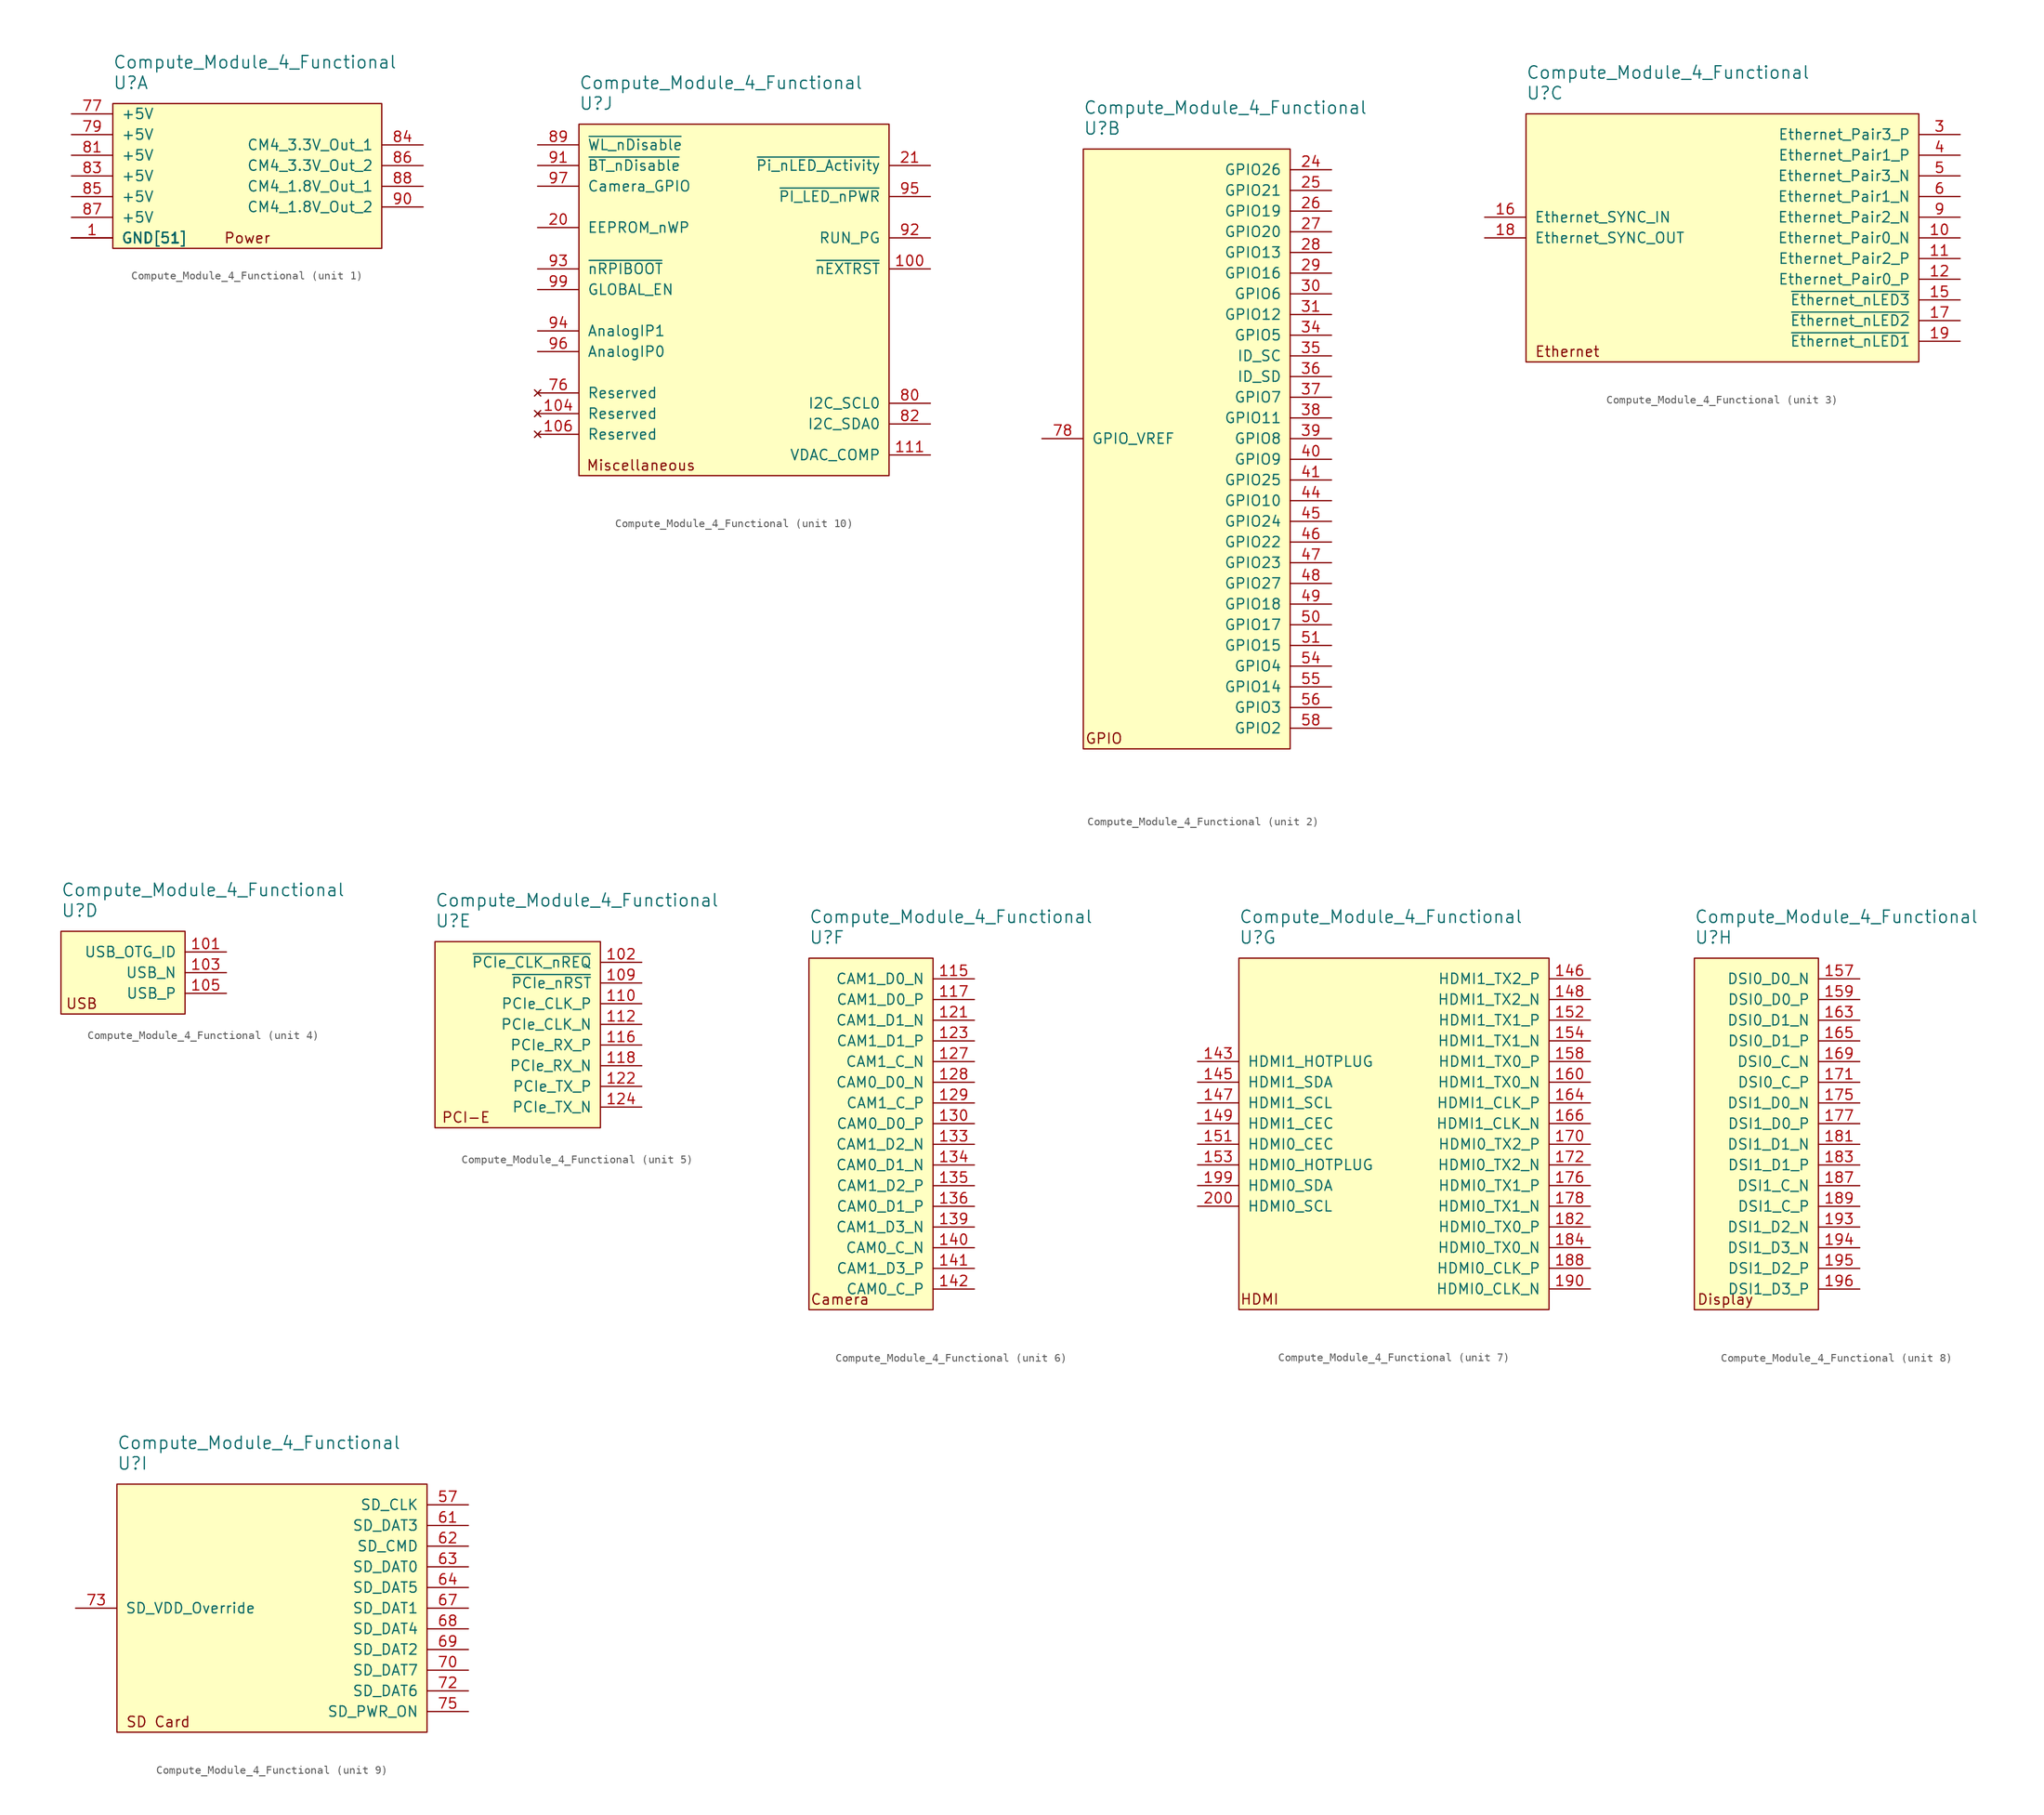
<source format=kicad_sym>
(kicad_symbol_lib
  (version 20201005)
  (generator kicad_symbol_editor)
  (symbol "Compute_Module_4_Functional"
    (pin_names
      (offset 1.016))
    (property "Reference" "U"
      (at 5.08 5.08 0)
      (effects (font (size 1.524 1.524)) (justify left)))
    (property "Value" "Compute_Module_4_Functional"
      (at 5.08 7.62 0)
      (effects (font (size 1.524 1.524)) (justify left)))
    (property "ki_locked" ""
      (at 0 0 0)
      (effects (font (size 1.27 1.27))))
    (symbol "Compute_Module_4_Functional_1_0"
      (text "Power" (at 21.59 -13.97 0) (effects (font (size 1.27 1.27)))))
    (symbol "Compute_Module_4_Functional_1_1"
      (rectangle (start 5.08 2.54) (end 38.1 -15.24) (stroke (width 0)) (fill (type background)))
      (pin power_in line (at 0 -13.97 0) (length 5.08) (name "GND[51]" (effects (font (size 1.27 1.27)))) (number "1" (effects (font (size 1.27 1.27)))))
      (pin power_in line (at 0 -13.97 0) (length 5.08) (name "GND[51]" (effects (font (size 1.27 1.27)))) (number "107" (effects (font (size 0 0)))))
      (pin power_in line (at 0 -13.97 0) (length 5.08) (name "GND[51]" (effects (font (size 1.27 1.27)))) (number "108" (effects (font (size 0 0)))))
      (pin power_in line (at 0 -13.97 0) (length 5.08) (name "GND[51]" (effects (font (size 1.27 1.27)))) (number "113" (effects (font (size 0 0)))))
      (pin power_in line (at 0 -13.97 0) (length 5.08) (name "GND[51]" (effects (font (size 1.27 1.27)))) (number "114" (effects (font (size 0 0)))))
      (pin power_in line (at 0 -13.97 0) (length 5.08) (name "GND[51]" (effects (font (size 1.27 1.27)))) (number "119" (effects (font (size 0 0)))))
      (pin power_in line (at 0 -13.97 0) (length 5.08) (name "GND[51]" (effects (font (size 1.27 1.27)))) (number "120" (effects (font (size 0 0)))))
      (pin power_in line (at 0 -13.97 0) (length 5.08) (name "GND[51]" (effects (font (size 1.27 1.27)))) (number "125" (effects (font (size 0 0)))))
      (pin power_in line (at 0 -13.97 0) (length 5.08) (name "GND[51]" (effects (font (size 1.27 1.27)))) (number "126" (effects (font (size 0 0)))))
      (pin power_in line (at 0 -13.97 0) (length 5.08) (name "GND[51]" (effects (font (size 1.27 1.27)))) (number "13" (effects (font (size 0 0)))))
      (pin power_in line (at 0 -13.97 0) (length 5.08) (name "GND[51]" (effects (font (size 1.27 1.27)))) (number "131" (effects (font (size 0 0)))))
      (pin power_in line (at 0 -13.97 0) (length 5.08) (name "GND[51]" (effects (font (size 1.27 1.27)))) (number "132" (effects (font (size 0 0)))))
      (pin power_in line (at 0 -13.97 0) (length 5.08) (name "GND[51]" (effects (font (size 1.27 1.27)))) (number "137" (effects (font (size 0 0)))))
      (pin power_in line (at 0 -13.97 0) (length 5.08) (name "GND[51]" (effects (font (size 1.27 1.27)))) (number "138" (effects (font (size 0 0)))))
      (pin power_in line (at 0 -13.97 0) (length 5.08) (name "GND[51]" (effects (font (size 1.27 1.27)))) (number "14" (effects (font (size 0 0)))))
      (pin power_in line (at 0 -13.97 0) (length 5.08) (name "GND[51]" (effects (font (size 1.27 1.27)))) (number "144" (effects (font (size 0 0)))))
      (pin power_in line (at 0 -13.97 0) (length 5.08) (name "GND[51]" (effects (font (size 1.27 1.27)))) (number "150" (effects (font (size 0 0)))))
      (pin power_in line (at 0 -13.97 0) (length 5.08) (name "GND[51]" (effects (font (size 1.27 1.27)))) (number "155" (effects (font (size 0 0)))))
      (pin power_in line (at 0 -13.97 0) (length 5.08) (name "GND[51]" (effects (font (size 1.27 1.27)))) (number "156" (effects (font (size 0 0)))))
      (pin power_in line (at 0 -13.97 0) (length 5.08) (name "GND[51]" (effects (font (size 1.27 1.27)))) (number "161" (effects (font (size 0 0)))))
      (pin power_in line (at 0 -13.97 0) (length 5.08) (name "GND[51]" (effects (font (size 1.27 1.27)))) (number "162" (effects (font (size 0 0)))))
      (pin power_in line (at 0 -13.97 0) (length 5.08) (name "GND[51]" (effects (font (size 1.27 1.27)))) (number "167" (effects (font (size 0 0)))))
      (pin power_in line (at 0 -13.97 0) (length 5.08) (name "GND[51]" (effects (font (size 1.27 1.27)))) (number "168" (effects (font (size 0 0)))))
      (pin power_in line (at 0 -13.97 0) (length 5.08) (name "GND[51]" (effects (font (size 1.27 1.27)))) (number "173" (effects (font (size 0 0)))))
      (pin power_in line (at 0 -13.97 0) (length 5.08) (name "GND[51]" (effects (font (size 1.27 1.27)))) (number "174" (effects (font (size 0 0)))))
      (pin power_in line (at 0 -13.97 0) (length 5.08) (name "GND[51]" (effects (font (size 1.27 1.27)))) (number "179" (effects (font (size 0 0)))))
      (pin power_in line (at 0 -13.97 0) (length 5.08) (name "GND[51]" (effects (font (size 1.27 1.27)))) (number "180" (effects (font (size 0 0)))))
      (pin power_in line (at 0 -13.97 0) (length 5.08) (name "GND[51]" (effects (font (size 1.27 1.27)))) (number "185" (effects (font (size 0 0)))))
      (pin power_in line (at 0 -13.97 0) (length 5.08) (name "GND[51]" (effects (font (size 1.27 1.27)))) (number "186" (effects (font (size 0 0)))))
      (pin power_in line (at 0 -13.97 0) (length 5.08) (name "GND[51]" (effects (font (size 1.27 1.27)))) (number "191" (effects (font (size 0 0)))))
      (pin power_in line (at 0 -13.97 0) (length 5.08) (name "GND[51]" (effects (font (size 1.27 1.27)))) (number "192" (effects (font (size 0 0)))))
      (pin power_in line (at 0 -13.97 0) (length 5.08) (name "GND[51]" (effects (font (size 1.27 1.27)))) (number "197" (effects (font (size 0 0)))))
      (pin power_in line (at 0 -13.97 0) (length 5.08) (name "GND[51]" (effects (font (size 1.27 1.27)))) (number "198" (effects (font (size 0 0)))))
      (pin power_in line (at 0 -13.97 0) (length 5.08) (name "GND[51]" (effects (font (size 1.27 1.27)))) (number "2" (effects (font (size 0 0)))))
      (pin power_in line (at 0 -13.97 0) (length 5.08) (name "GND[51]" (effects (font (size 1.27 1.27)))) (number "22" (effects (font (size 0 0)))))
      (pin power_in line (at 0 -13.97 0) (length 5.08) (name "GND[51]" (effects (font (size 1.27 1.27)))) (number "23" (effects (font (size 0 0)))))
      (pin power_in line (at 0 -13.97 0) (length 5.08) (name "GND[51]" (effects (font (size 1.27 1.27)))) (number "32" (effects (font (size 0 0)))))
      (pin power_in line (at 0 -13.97 0) (length 5.08) (name "GND[51]" (effects (font (size 1.27 1.27)))) (number "33" (effects (font (size 0 0)))))
      (pin power_in line (at 0 -13.97 0) (length 5.08) (name "GND[51]" (effects (font (size 1.27 1.27)))) (number "42" (effects (font (size 0 0)))))
      (pin power_in line (at 0 -13.97 0) (length 5.08) (name "GND[51]" (effects (font (size 1.27 1.27)))) (number "43" (effects (font (size 0 0)))))
      (pin power_in line (at 0 -13.97 0) (length 5.08) (name "GND[51]" (effects (font (size 1.27 1.27)))) (number "52" (effects (font (size 0 0)))))
      (pin power_in line (at 0 -13.97 0) (length 5.08) (name "GND[51]" (effects (font (size 1.27 1.27)))) (number "53" (effects (font (size 0 0)))))
      (pin power_in line (at 0 -13.97 0) (length 5.08) (name "GND[51]" (effects (font (size 1.27 1.27)))) (number "59" (effects (font (size 0 0)))))
      (pin power_in line (at 0 -13.97 0) (length 5.08) (name "GND[51]" (effects (font (size 1.27 1.27)))) (number "60" (effects (font (size 0 0)))))
      (pin power_in line (at 0 -13.97 0) (length 5.08) (name "GND[51]" (effects (font (size 1.27 1.27)))) (number "65" (effects (font (size 0 0)))))
      (pin power_in line (at 0 -13.97 0) (length 5.08) (name "GND[51]" (effects (font (size 1.27 1.27)))) (number "66" (effects (font (size 0 0)))))
      (pin power_in line (at 0 -13.97 0) (length 5.08) (name "GND[51]" (effects (font (size 1.27 1.27)))) (number "7" (effects (font (size 0 0)))))
      (pin power_in line (at 0 -13.97 0) (length 5.08) (name "GND[51]" (effects (font (size 1.27 1.27)))) (number "71" (effects (font (size 0 0)))))
      (pin power_in line (at 0 -13.97 0) (length 5.08) (name "GND[51]" (effects (font (size 1.27 1.27)))) (number "74" (effects (font (size 0 0)))))
      (pin power_in line (at 0 1.27 0) (length 5.08) (name "+5V" (effects (font (size 1.27 1.27)))) (number "77" (effects (font (size 1.27 1.27)))))
      (pin power_in line (at 0 -1.27 0) (length 5.08) (name "+5V" (effects (font (size 1.27 1.27)))) (number "79" (effects (font (size 1.27 1.27)))))
      (pin power_in line (at 0 -13.97 0) (length 5.08) (name "GND[51]" (effects (font (size 1.27 1.27)))) (number "8" (effects (font (size 0 0)))))
      (pin power_in line (at 0 -3.81 0) (length 5.08) (name "+5V" (effects (font (size 1.27 1.27)))) (number "81" (effects (font (size 1.27 1.27)))))
      (pin power_in line (at 0 -6.35 0) (length 5.08) (name "+5V" (effects (font (size 1.27 1.27)))) (number "83" (effects (font (size 1.27 1.27)))))
      (pin power_out line (at 43.18 -2.54 180) (length 5.08) (name "CM4_3.3V_Out_1" (effects (font (size 1.27 1.27)))) (number "84" (effects (font (size 1.27 1.27)))))
      (pin power_in line (at 0 -8.89 0) (length 5.08) (name "+5V" (effects (font (size 1.27 1.27)))) (number "85" (effects (font (size 1.27 1.27)))))
      (pin power_out line (at 43.18 -5.08 180) (length 5.08) (name "CM4_3.3V_Out_2" (effects (font (size 1.27 1.27)))) (number "86" (effects (font (size 1.27 1.27)))))
      (pin power_in line (at 0 -11.43 0) (length 5.08) (name "+5V" (effects (font (size 1.27 1.27)))) (number "87" (effects (font (size 1.27 1.27)))))
      (pin power_out line (at 43.18 -7.62 180) (length 5.08) (name "CM4_1.8V_Out_1" (effects (font (size 1.27 1.27)))) (number "88" (effects (font (size 1.27 1.27)))))
      (pin power_out line (at 43.18 -10.16 180) (length 5.08) (name "CM4_1.8V_Out_2" (effects (font (size 1.27 1.27)))) (number "90" (effects (font (size 1.27 1.27)))))
      (pin power_in line (at 0 -13.97 0) (length 5.08) (name "GND[51]" (effects (font (size 1.27 1.27)))) (number "98" (effects (font (size 0 0))))))
    (symbol "Compute_Module_4_Functional_2_0"
      (text "GPIO" (at 7.62 -69.85 0) (effects (font (size 1.27 1.27)))))
    (symbol "Compute_Module_4_Functional_2_1"
      (rectangle (start 5.08 2.54) (end 30.48 -71.12) (stroke (width 0)) (fill (type background)))
      (pin passive line (at 35.56 0 180) (length 5.08) (name "GPIO26" (effects (font (size 1.27 1.27)))) (number "24" (effects (font (size 1.27 1.27)))))
      (pin passive line (at 35.56 -2.54 180) (length 5.08) (name "GPIO21" (effects (font (size 1.27 1.27)))) (number "25" (effects (font (size 1.27 1.27)))))
      (pin passive line (at 35.56 -5.08 180) (length 5.08) (name "GPIO19" (effects (font (size 1.27 1.27)))) (number "26" (effects (font (size 1.27 1.27)))))
      (pin passive line (at 35.56 -7.62 180) (length 5.08) (name "GPIO20" (effects (font (size 1.27 1.27)))) (number "27" (effects (font (size 1.27 1.27)))))
      (pin passive line (at 35.56 -10.16 180) (length 5.08) (name "GPIO13" (effects (font (size 1.27 1.27)))) (number "28" (effects (font (size 1.27 1.27)))))
      (pin passive line (at 35.56 -12.7 180) (length 5.08) (name "GPIO16" (effects (font (size 1.27 1.27)))) (number "29" (effects (font (size 1.27 1.27)))))
      (pin passive line (at 35.56 -15.24 180) (length 5.08) (name "GPIO6" (effects (font (size 1.27 1.27)))) (number "30" (effects (font (size 1.27 1.27)))))
      (pin passive line (at 35.56 -17.78 180) (length 5.08) (name "GPIO12" (effects (font (size 1.27 1.27)))) (number "31" (effects (font (size 1.27 1.27)))))
      (pin passive line (at 35.56 -20.32 180) (length 5.08) (name "GPIO5" (effects (font (size 1.27 1.27)))) (number "34" (effects (font (size 1.27 1.27)))))
      (pin passive line (at 35.56 -22.86 180) (length 5.08) (name "ID_SC" (effects (font (size 1.27 1.27)))) (number "35" (effects (font (size 1.27 1.27)))))
      (pin passive line (at 35.56 -25.4 180) (length 5.08) (name "ID_SD" (effects (font (size 1.27 1.27)))) (number "36" (effects (font (size 1.27 1.27)))))
      (pin passive line (at 35.56 -27.94 180) (length 5.08) (name "GPIO7" (effects (font (size 1.27 1.27)))) (number "37" (effects (font (size 1.27 1.27)))))
      (pin passive line (at 35.56 -30.48 180) (length 5.08) (name "GPIO11" (effects (font (size 1.27 1.27)))) (number "38" (effects (font (size 1.27 1.27)))))
      (pin passive line (at 35.56 -33.02 180) (length 5.08) (name "GPIO8" (effects (font (size 1.27 1.27)))) (number "39" (effects (font (size 1.27 1.27)))))
      (pin passive line (at 35.56 -35.56 180) (length 5.08) (name "GPIO9" (effects (font (size 1.27 1.27)))) (number "40" (effects (font (size 1.27 1.27)))))
      (pin passive line (at 35.56 -38.1 180) (length 5.08) (name "GPIO25" (effects (font (size 1.27 1.27)))) (number "41" (effects (font (size 1.27 1.27)))))
      (pin passive line (at 35.56 -40.64 180) (length 5.08) (name "GPIO10" (effects (font (size 1.27 1.27)))) (number "44" (effects (font (size 1.27 1.27)))))
      (pin passive line (at 35.56 -43.18 180) (length 5.08) (name "GPIO24" (effects (font (size 1.27 1.27)))) (number "45" (effects (font (size 1.27 1.27)))))
      (pin passive line (at 35.56 -45.72 180) (length 5.08) (name "GPIO22" (effects (font (size 1.27 1.27)))) (number "46" (effects (font (size 1.27 1.27)))))
      (pin passive line (at 35.56 -48.26 180) (length 5.08) (name "GPIO23" (effects (font (size 1.27 1.27)))) (number "47" (effects (font (size 1.27 1.27)))))
      (pin passive line (at 35.56 -50.8 180) (length 5.08) (name "GPIO27" (effects (font (size 1.27 1.27)))) (number "48" (effects (font (size 1.27 1.27)))))
      (pin passive line (at 35.56 -53.34 180) (length 5.08) (name "GPIO18" (effects (font (size 1.27 1.27)))) (number "49" (effects (font (size 1.27 1.27)))))
      (pin passive line (at 35.56 -55.88 180) (length 5.08) (name "GPIO17" (effects (font (size 1.27 1.27)))) (number "50" (effects (font (size 1.27 1.27)))))
      (pin passive line (at 35.56 -58.42 180) (length 5.08) (name "GPIO15" (effects (font (size 1.27 1.27)))) (number "51" (effects (font (size 1.27 1.27)))))
      (pin passive line (at 35.56 -60.96 180) (length 5.08) (name "GPIO4" (effects (font (size 1.27 1.27)))) (number "54" (effects (font (size 1.27 1.27)))))
      (pin passive line (at 35.56 -63.5 180) (length 5.08) (name "GPIO14" (effects (font (size 1.27 1.27)))) (number "55" (effects (font (size 1.27 1.27)))))
      (pin passive line (at 35.56 -66.04 180) (length 5.08) (name "GPIO3" (effects (font (size 1.27 1.27)))) (number "56" (effects (font (size 1.27 1.27)))))
      (pin passive line (at 35.56 -68.58 180) (length 5.08) (name "GPIO2" (effects (font (size 1.27 1.27)))) (number "58" (effects (font (size 1.27 1.27)))))
      (pin power_in line (at 0 -33.02 0) (length 5.08) (name "GPIO_VREF" (effects (font (size 1.27 1.27)))) (number "78" (effects (font (size 1.27 1.27))))))
    (symbol "Compute_Module_4_Functional_3_0"
      (text "Ethernet" (at 10.16 -26.67 0) (effects (font (size 1.27 1.27)))))
    (symbol "Compute_Module_4_Functional_3_1"
      (rectangle (start 5.08 2.54) (end 53.34 -27.94) (stroke (width 0)) (fill (type background)))
      (pin passive line (at 58.42 -12.7 180) (length 5.08) (name "Ethernet_Pair0_N" (effects (font (size 1.27 1.27)))) (number "10" (effects (font (size 1.27 1.27)))))
      (pin passive line (at 58.42 -15.24 180) (length 5.08) (name "Ethernet_Pair2_P" (effects (font (size 1.27 1.27)))) (number "11" (effects (font (size 1.27 1.27)))))
      (pin passive line (at 58.42 -17.78 180) (length 5.08) (name "Ethernet_Pair0_P" (effects (font (size 1.27 1.27)))) (number "12" (effects (font (size 1.27 1.27)))))
      (pin output line (at 58.42 -20.32 180) (length 5.08) (name "~Ethernet_nLED3" (effects (font (size 1.27 1.27)))) (number "15" (effects (font (size 1.27 1.27)))))
      (pin input line (at 0 -10.16 0) (length 5.08) (name "Ethernet_SYNC_IN" (effects (font (size 1.27 1.27)))) (number "16" (effects (font (size 1.27 1.27)))))
      (pin output line (at 58.42 -22.86 180) (length 5.08) (name "~Ethernet_nLED2" (effects (font (size 1.27 1.27)))) (number "17" (effects (font (size 1.27 1.27)))))
      (pin input line (at 0 -12.7 0) (length 5.08) (name "Ethernet_SYNC_OUT" (effects (font (size 1.27 1.27)))) (number "18" (effects (font (size 1.27 1.27)))))
      (pin output line (at 58.42 -25.4 180) (length 5.08) (name "~Ethernet_nLED1" (effects (font (size 1.27 1.27)))) (number "19" (effects (font (size 1.27 1.27)))))
      (pin passive line (at 58.42 0 180) (length 5.08) (name "Ethernet_Pair3_P" (effects (font (size 1.27 1.27)))) (number "3" (effects (font (size 1.27 1.27)))))
      (pin passive line (at 58.42 -2.54 180) (length 5.08) (name "Ethernet_Pair1_P" (effects (font (size 1.27 1.27)))) (number "4" (effects (font (size 1.27 1.27)))))
      (pin passive line (at 58.42 -5.08 180) (length 5.08) (name "Ethernet_Pair3_N" (effects (font (size 1.27 1.27)))) (number "5" (effects (font (size 1.27 1.27)))))
      (pin passive line (at 58.42 -7.62 180) (length 5.08) (name "Ethernet_Pair1_N" (effects (font (size 1.27 1.27)))) (number "6" (effects (font (size 1.27 1.27)))))
      (pin passive line (at 58.42 -10.16 180) (length 5.08) (name "Ethernet_Pair2_N" (effects (font (size 1.27 1.27)))) (number "9" (effects (font (size 1.27 1.27))))))
    (symbol "Compute_Module_4_Functional_4_0"
      (text "USB" (at 7.62 -6.35 0) (effects (font (size 1.27 1.27)))))
    (symbol "Compute_Module_4_Functional_4_1"
      (rectangle (start 5.08 2.54) (end 20.32 -7.62) (stroke (width 0)) (fill (type background)))
      (pin input line (at 25.4 0 180) (length 5.08) (name "USB_OTG_ID" (effects (font (size 1.27 1.27)))) (number "101" (effects (font (size 1.27 1.27)))))
      (pin passive line (at 25.4 -2.54 180) (length 5.08) (name "USB_N" (effects (font (size 1.27 1.27)))) (number "103" (effects (font (size 1.27 1.27)))))
      (pin passive line (at 25.4 -5.08 180) (length 5.08) (name "USB_P" (effects (font (size 1.27 1.27)))) (number "105" (effects (font (size 1.27 1.27))))))
    (symbol "Compute_Module_4_Functional_5_0"
      (text "PCI-E" (at 8.89 -19.05 0) (effects (font (size 1.27 1.27)))))
    (symbol "Compute_Module_4_Functional_5_1"
      (rectangle (start 5.08 2.54) (end 25.4 -20.32) (stroke (width 0)) (fill (type background)))
      (pin input line (at 30.48 0 180) (length 5.08) (name "~PCIe_CLK_nREQ" (effects (font (size 1.27 1.27)))) (number "102" (effects (font (size 1.27 1.27)))))
      (pin output line (at 30.48 -2.54 180) (length 5.08) (name "~PCIe_nRST" (effects (font (size 1.27 1.27)))) (number "109" (effects (font (size 1.27 1.27)))))
      (pin output line (at 30.48 -5.08 180) (length 5.08) (name "PCIe_CLK_P" (effects (font (size 1.27 1.27)))) (number "110" (effects (font (size 1.27 1.27)))))
      (pin output line (at 30.48 -7.62 180) (length 5.08) (name "PCIe_CLK_N" (effects (font (size 1.27 1.27)))) (number "112" (effects (font (size 1.27 1.27)))))
      (pin input line (at 30.48 -10.16 180) (length 5.08) (name "PCIe_RX_P" (effects (font (size 1.27 1.27)))) (number "116" (effects (font (size 1.27 1.27)))))
      (pin input line (at 30.48 -12.7 180) (length 5.08) (name "PCIe_RX_N" (effects (font (size 1.27 1.27)))) (number "118" (effects (font (size 1.27 1.27)))))
      (pin output line (at 30.48 -15.24 180) (length 5.08) (name "PCIe_TX_P" (effects (font (size 1.27 1.27)))) (number "122" (effects (font (size 1.27 1.27)))))
      (pin output line (at 30.48 -17.78 180) (length 5.08) (name "PCIe_TX_N" (effects (font (size 1.27 1.27)))) (number "124" (effects (font (size 1.27 1.27))))))
    (symbol "Compute_Module_4_Functional_6_0"
      (text "Camera" (at 8.89 -39.37 0) (effects (font (size 1.27 1.27)))))
    (symbol "Compute_Module_4_Functional_6_1"
      (rectangle (start 5.08 2.54) (end 20.32 -40.64) (stroke (width 0)) (fill (type background)))
      (pin input line (at 25.4 0 180) (length 5.08) (name "CAM1_D0_N" (effects (font (size 1.27 1.27)))) (number "115" (effects (font (size 1.27 1.27)))))
      (pin input line (at 25.4 -2.54 180) (length 5.08) (name "CAM1_D0_P" (effects (font (size 1.27 1.27)))) (number "117" (effects (font (size 1.27 1.27)))))
      (pin input line (at 25.4 -5.08 180) (length 5.08) (name "CAM1_D1_N" (effects (font (size 1.27 1.27)))) (number "121" (effects (font (size 1.27 1.27)))))
      (pin input line (at 25.4 -7.62 180) (length 5.08) (name "CAM1_D1_P" (effects (font (size 1.27 1.27)))) (number "123" (effects (font (size 1.27 1.27)))))
      (pin input line (at 25.4 -10.16 180) (length 5.08) (name "CAM1_C_N" (effects (font (size 1.27 1.27)))) (number "127" (effects (font (size 1.27 1.27)))))
      (pin input line (at 25.4 -12.7 180) (length 5.08) (name "CAM0_D0_N" (effects (font (size 1.27 1.27)))) (number "128" (effects (font (size 1.27 1.27)))))
      (pin input line (at 25.4 -15.24 180) (length 5.08) (name "CAM1_C_P" (effects (font (size 1.27 1.27)))) (number "129" (effects (font (size 1.27 1.27)))))
      (pin input line (at 25.4 -17.78 180) (length 5.08) (name "CAM0_D0_P" (effects (font (size 1.27 1.27)))) (number "130" (effects (font (size 1.27 1.27)))))
      (pin input line (at 25.4 -20.32 180) (length 5.08) (name "CAM1_D2_N" (effects (font (size 1.27 1.27)))) (number "133" (effects (font (size 1.27 1.27)))))
      (pin input line (at 25.4 -22.86 180) (length 5.08) (name "CAM0_D1_N" (effects (font (size 1.27 1.27)))) (number "134" (effects (font (size 1.27 1.27)))))
      (pin input line (at 25.4 -25.4 180) (length 5.08) (name "CAM1_D2_P" (effects (font (size 1.27 1.27)))) (number "135" (effects (font (size 1.27 1.27)))))
      (pin input line (at 25.4 -27.94 180) (length 5.08) (name "CAM0_D1_P" (effects (font (size 1.27 1.27)))) (number "136" (effects (font (size 1.27 1.27)))))
      (pin input line (at 25.4 -30.48 180) (length 5.08) (name "CAM1_D3_N" (effects (font (size 1.27 1.27)))) (number "139" (effects (font (size 1.27 1.27)))))
      (pin input line (at 25.4 -33.02 180) (length 5.08) (name "CAM0_C_N" (effects (font (size 1.27 1.27)))) (number "140" (effects (font (size 1.27 1.27)))))
      (pin input line (at 25.4 -35.56 180) (length 5.08) (name "CAM1_D3_P" (effects (font (size 1.27 1.27)))) (number "141" (effects (font (size 1.27 1.27)))))
      (pin input line (at 25.4 -38.1 180) (length 5.08) (name "CAM0_C_P" (effects (font (size 1.27 1.27)))) (number "142" (effects (font (size 1.27 1.27))))))
    (symbol "Compute_Module_4_Functional_7_0"
      (text "HDMI" (at 7.62 -39.37 0) (effects (font (size 1.27 1.27)))))
    (symbol "Compute_Module_4_Functional_7_1"
      (rectangle (start 5.08 2.54) (end 43.18 -40.64) (stroke (width 0)) (fill (type background)))
      (pin input line (at 0 -10.16 0) (length 5.08) (name "HDMI1_HOTPLUG" (effects (font (size 1.27 1.27)))) (number "143" (effects (font (size 1.27 1.27)))))
      (pin bidirectional line (at 0 -12.7 0) (length 5.08) (name "HDMI1_SDA" (effects (font (size 1.27 1.27)))) (number "145" (effects (font (size 1.27 1.27)))))
      (pin output line (at 48.26 0 180) (length 5.08) (name "HDMI1_TX2_P" (effects (font (size 1.27 1.27)))) (number "146" (effects (font (size 1.27 1.27)))))
      (pin open_collector line (at 0 -15.24 0) (length 5.08) (name "HDMI1_SCL" (effects (font (size 1.27 1.27)))) (number "147" (effects (font (size 1.27 1.27)))))
      (pin output line (at 48.26 -2.54 180) (length 5.08) (name "HDMI1_TX2_N" (effects (font (size 1.27 1.27)))) (number "148" (effects (font (size 1.27 1.27)))))
      (pin open_collector line (at 0 -17.78 0) (length 5.08) (name "HDMI1_CEC" (effects (font (size 1.27 1.27)))) (number "149" (effects (font (size 1.27 1.27)))))
      (pin open_collector line (at 0 -20.32 0) (length 5.08) (name "HDMI0_CEC" (effects (font (size 1.27 1.27)))) (number "151" (effects (font (size 1.27 1.27)))))
      (pin output line (at 48.26 -5.08 180) (length 5.08) (name "HDMI1_TX1_P" (effects (font (size 1.27 1.27)))) (number "152" (effects (font (size 1.27 1.27)))))
      (pin input line (at 0 -22.86 0) (length 5.08) (name "HDMI0_HOTPLUG" (effects (font (size 1.27 1.27)))) (number "153" (effects (font (size 1.27 1.27)))))
      (pin output line (at 48.26 -7.62 180) (length 5.08) (name "HDMI1_TX1_N" (effects (font (size 1.27 1.27)))) (number "154" (effects (font (size 1.27 1.27)))))
      (pin output line (at 48.26 -10.16 180) (length 5.08) (name "HDMI1_TX0_P" (effects (font (size 1.27 1.27)))) (number "158" (effects (font (size 1.27 1.27)))))
      (pin output line (at 48.26 -12.7 180) (length 5.08) (name "HDMI1_TX0_N" (effects (font (size 1.27 1.27)))) (number "160" (effects (font (size 1.27 1.27)))))
      (pin output line (at 48.26 -15.24 180) (length 5.08) (name "HDMI1_CLK_P" (effects (font (size 1.27 1.27)))) (number "164" (effects (font (size 1.27 1.27)))))
      (pin output line (at 48.26 -17.78 180) (length 5.08) (name "HDMI1_CLK_N" (effects (font (size 1.27 1.27)))) (number "166" (effects (font (size 1.27 1.27)))))
      (pin output line (at 48.26 -20.32 180) (length 5.08) (name "HDMI0_TX2_P" (effects (font (size 1.27 1.27)))) (number "170" (effects (font (size 1.27 1.27)))))
      (pin output line (at 48.26 -22.86 180) (length 5.08) (name "HDMI0_TX2_N" (effects (font (size 1.27 1.27)))) (number "172" (effects (font (size 1.27 1.27)))))
      (pin output line (at 48.26 -25.4 180) (length 5.08) (name "HDMI0_TX1_P" (effects (font (size 1.27 1.27)))) (number "176" (effects (font (size 1.27 1.27)))))
      (pin output line (at 48.26 -27.94 180) (length 5.08) (name "HDMI0_TX1_N" (effects (font (size 1.27 1.27)))) (number "178" (effects (font (size 1.27 1.27)))))
      (pin output line (at 48.26 -30.48 180) (length 5.08) (name "HDMI0_TX0_P" (effects (font (size 1.27 1.27)))) (number "182" (effects (font (size 1.27 1.27)))))
      (pin output line (at 48.26 -33.02 180) (length 5.08) (name "HDMI0_TX0_N" (effects (font (size 1.27 1.27)))) (number "184" (effects (font (size 1.27 1.27)))))
      (pin output line (at 48.26 -35.56 180) (length 5.08) (name "HDMI0_CLK_P" (effects (font (size 1.27 1.27)))) (number "188" (effects (font (size 1.27 1.27)))))
      (pin output line (at 48.26 -38.1 180) (length 5.08) (name "HDMI0_CLK_N" (effects (font (size 1.27 1.27)))) (number "190" (effects (font (size 1.27 1.27)))))
      (pin bidirectional line (at 0 -25.4 0) (length 5.08) (name "HDMI0_SDA" (effects (font (size 1.27 1.27)))) (number "199" (effects (font (size 1.27 1.27)))))
      (pin open_collector line (at 0 -27.94 0) (length 5.08) (name "HDMI0_SCL" (effects (font (size 1.27 1.27)))) (number "200" (effects (font (size 1.27 1.27))))))
    (symbol "Compute_Module_4_Functional_8_0"
      (text "Display" (at 8.89 -39.37 0) (effects (font (size 1.27 1.27)))))
    (symbol "Compute_Module_4_Functional_8_1"
      (rectangle (start 5.08 2.54) (end 20.32 -40.64) (stroke (width 0)) (fill (type background)))
      (pin output line (at 25.4 0 180) (length 5.08) (name "DSI0_D0_N" (effects (font (size 1.27 1.27)))) (number "157" (effects (font (size 1.27 1.27)))))
      (pin output line (at 25.4 -2.54 180) (length 5.08) (name "DSI0_D0_P" (effects (font (size 1.27 1.27)))) (number "159" (effects (font (size 1.27 1.27)))))
      (pin output line (at 25.4 -5.08 180) (length 5.08) (name "DSI0_D1_N" (effects (font (size 1.27 1.27)))) (number "163" (effects (font (size 1.27 1.27)))))
      (pin output line (at 25.4 -7.62 180) (length 5.08) (name "DSI0_D1_P" (effects (font (size 1.27 1.27)))) (number "165" (effects (font (size 1.27 1.27)))))
      (pin output line (at 25.4 -10.16 180) (length 5.08) (name "DSI0_C_N" (effects (font (size 1.27 1.27)))) (number "169" (effects (font (size 1.27 1.27)))))
      (pin output line (at 25.4 -12.7 180) (length 5.08) (name "DSI0_C_P" (effects (font (size 1.27 1.27)))) (number "171" (effects (font (size 1.27 1.27)))))
      (pin output line (at 25.4 -15.24 180) (length 5.08) (name "DSI1_D0_N" (effects (font (size 1.27 1.27)))) (number "175" (effects (font (size 1.27 1.27)))))
      (pin output line (at 25.4 -17.78 180) (length 5.08) (name "DSI1_D0_P" (effects (font (size 1.27 1.27)))) (number "177" (effects (font (size 1.27 1.27)))))
      (pin output line (at 25.4 -20.32 180) (length 5.08) (name "DSI1_D1_N" (effects (font (size 1.27 1.27)))) (number "181" (effects (font (size 1.27 1.27)))))
      (pin output line (at 25.4 -22.86 180) (length 5.08) (name "DSI1_D1_P" (effects (font (size 1.27 1.27)))) (number "183" (effects (font (size 1.27 1.27)))))
      (pin output line (at 25.4 -25.4 180) (length 5.08) (name "DSI1_C_N" (effects (font (size 1.27 1.27)))) (number "187" (effects (font (size 1.27 1.27)))))
      (pin output line (at 25.4 -27.94 180) (length 5.08) (name "DSI1_C_P" (effects (font (size 1.27 1.27)))) (number "189" (effects (font (size 1.27 1.27)))))
      (pin output line (at 25.4 -30.48 180) (length 5.08) (name "DSI1_D2_N" (effects (font (size 1.27 1.27)))) (number "193" (effects (font (size 1.27 1.27)))))
      (pin output line (at 25.4 -33.02 180) (length 5.08) (name "DSI1_D3_N" (effects (font (size 1.27 1.27)))) (number "194" (effects (font (size 1.27 1.27)))))
      (pin output line (at 25.4 -35.56 180) (length 5.08) (name "DSI1_D2_P" (effects (font (size 1.27 1.27)))) (number "195" (effects (font (size 1.27 1.27)))))
      (pin output line (at 25.4 -38.1 180) (length 5.08) (name "DSI1_D3_P" (effects (font (size 1.27 1.27)))) (number "196" (effects (font (size 1.27 1.27))))))
    (symbol "Compute_Module_4_Functional_9_0"
      (text "SD Card" (at 10.16 -26.67 0) (effects (font (size 1.27 1.27)))))
    (symbol "Compute_Module_4_Functional_9_1"
      (rectangle (start 5.08 2.54) (end 43.18 -27.94) (stroke (width 0)) (fill (type background)))
      (pin passive line (at 48.26 0 180) (length 5.08) (name "SD_CLK" (effects (font (size 1.27 1.27)))) (number "57" (effects (font (size 1.27 1.27)))))
      (pin passive line (at 48.26 -2.54 180) (length 5.08) (name "SD_DAT3" (effects (font (size 1.27 1.27)))) (number "61" (effects (font (size 1.27 1.27)))))
      (pin passive line (at 48.26 -5.08 180) (length 5.08) (name "SD_CMD" (effects (font (size 1.27 1.27)))) (number "62" (effects (font (size 1.27 1.27)))))
      (pin passive line (at 48.26 -7.62 180) (length 5.08) (name "SD_DAT0" (effects (font (size 1.27 1.27)))) (number "63" (effects (font (size 1.27 1.27)))))
      (pin passive line (at 48.26 -10.16 180) (length 5.08) (name "SD_DAT5" (effects (font (size 1.27 1.27)))) (number "64" (effects (font (size 1.27 1.27)))))
      (pin passive line (at 48.26 -12.7 180) (length 5.08) (name "SD_DAT1" (effects (font (size 1.27 1.27)))) (number "67" (effects (font (size 1.27 1.27)))))
      (pin passive line (at 48.26 -15.24 180) (length 5.08) (name "SD_DAT4" (effects (font (size 1.27 1.27)))) (number "68" (effects (font (size 1.27 1.27)))))
      (pin passive line (at 48.26 -17.78 180) (length 5.08) (name "SD_DAT2" (effects (font (size 1.27 1.27)))) (number "69" (effects (font (size 1.27 1.27)))))
      (pin passive line (at 48.26 -20.32 180) (length 5.08) (name "SD_DAT7" (effects (font (size 1.27 1.27)))) (number "70" (effects (font (size 1.27 1.27)))))
      (pin passive line (at 48.26 -22.86 180) (length 5.08) (name "SD_DAT6" (effects (font (size 1.27 1.27)))) (number "72" (effects (font (size 1.27 1.27)))))
      (pin input line (at 0 -12.7 0) (length 5.08) (name "SD_VDD_Override" (effects (font (size 1.27 1.27)))) (number "73" (effects (font (size 1.27 1.27)))))
      (pin output line (at 48.26 -25.4 180) (length 5.08) (name "SD_PWR_ON" (effects (font (size 1.27 1.27)))) (number "75" (effects (font (size 1.27 1.27))))))
    (symbol "Compute_Module_4_Functional_10_0"
      (text "Miscellaneous" (at 12.7 -39.37 0) (effects (font (size 1.27 1.27)))))
    (symbol "Compute_Module_4_Functional_10_1"
      (rectangle (start 5.08 2.54) (end 43.18 -40.64) (stroke (width 0)) (fill (type background)))
      (pin output line (at 48.26 -15.24 180) (length 5.08) (name "~nEXTRST" (effects (font (size 1.27 1.27)))) (number "100" (effects (font (size 1.27 1.27)))))
      (pin no_connect line (at 0 -33.02 0) (length 5.08) (name "Reserved" (effects (font (size 1.27 1.27)))) (number "104" (effects (font (size 1.27 1.27)))))
      (pin no_connect line (at 0 -35.56 0) (length 5.08) (name "Reserved" (effects (font (size 1.27 1.27)))) (number "106" (effects (font (size 1.27 1.27)))))
      (pin output line (at 48.26 -38.1 180) (length 5.08) (name "VDAC_COMP" (effects (font (size 1.27 1.27)))) (number "111" (effects (font (size 1.27 1.27)))))
      (pin input line (at 0 -10.16 0) (length 5.08) (name "EEPROM_nWP" (effects (font (size 1.27 1.27)))) (number "20" (effects (font (size 1.27 1.27)))))
      (pin open_collector line (at 48.26 -2.54 180) (length 5.08) (name "~Pi_nLED_Activity" (effects (font (size 1.27 1.27)))) (number "21" (effects (font (size 1.27 1.27)))))
      (pin no_connect line (at 0 -30.48 0) (length 5.08) (name "Reserved" (effects (font (size 1.27 1.27)))) (number "76" (effects (font (size 1.27 1.27)))))
      (pin bidirectional line (at 48.26 -31.75 180) (length 5.08) (name "I2C_SCL0" (effects (font (size 1.27 1.27)))) (number "80" (effects (font (size 1.27 1.27)))))
      (pin bidirectional line (at 48.26 -34.29 180) (length 5.08) (name "I2C_SDA0" (effects (font (size 1.27 1.27)))) (number "82" (effects (font (size 1.27 1.27)))))
      (pin input line (at 0 0 0) (length 5.08) (name "~WL_nDisable" (effects (font (size 1.27 1.27)))) (number "89" (effects (font (size 1.27 1.27)))))
      (pin input line (at 0 -2.54 0) (length 5.08) (name "~BT_nDisable" (effects (font (size 1.27 1.27)))) (number "91" (effects (font (size 1.27 1.27)))))
      (pin passive line (at 48.26 -11.43 180) (length 5.08) (name "RUN_PG" (effects (font (size 1.27 1.27)))) (number "92" (effects (font (size 1.27 1.27)))))
      (pin input line (at 0 -15.24 0) (length 5.08) (name "~nRPIBOOT" (effects (font (size 1.27 1.27)))) (number "93" (effects (font (size 1.27 1.27)))))
      (pin passive line (at 0 -22.86 0) (length 5.08) (name "AnalogIP1" (effects (font (size 1.27 1.27)))) (number "94" (effects (font (size 1.27 1.27)))))
      (pin output line (at 48.26 -6.35 180) (length 5.08) (name "~PI_LED_nPWR" (effects (font (size 1.27 1.27)))) (number "95" (effects (font (size 1.27 1.27)))))
      (pin passive line (at 0 -25.4 0) (length 5.08) (name "AnalogIP0" (effects (font (size 1.27 1.27)))) (number "96" (effects (font (size 1.27 1.27)))))
      (pin input line (at 0 -5.08 0) (length 5.08) (name "Camera_GPIO" (effects (font (size 1.27 1.27)))) (number "97" (effects (font (size 1.27 1.27)))))
      (pin input line (at 0 -17.78 0) (length 5.08) (name "GLOBAL_EN" (effects (font (size 1.27 1.27)))) (number "99" (effects (font (size 1.27 1.27))))))))
</source>
